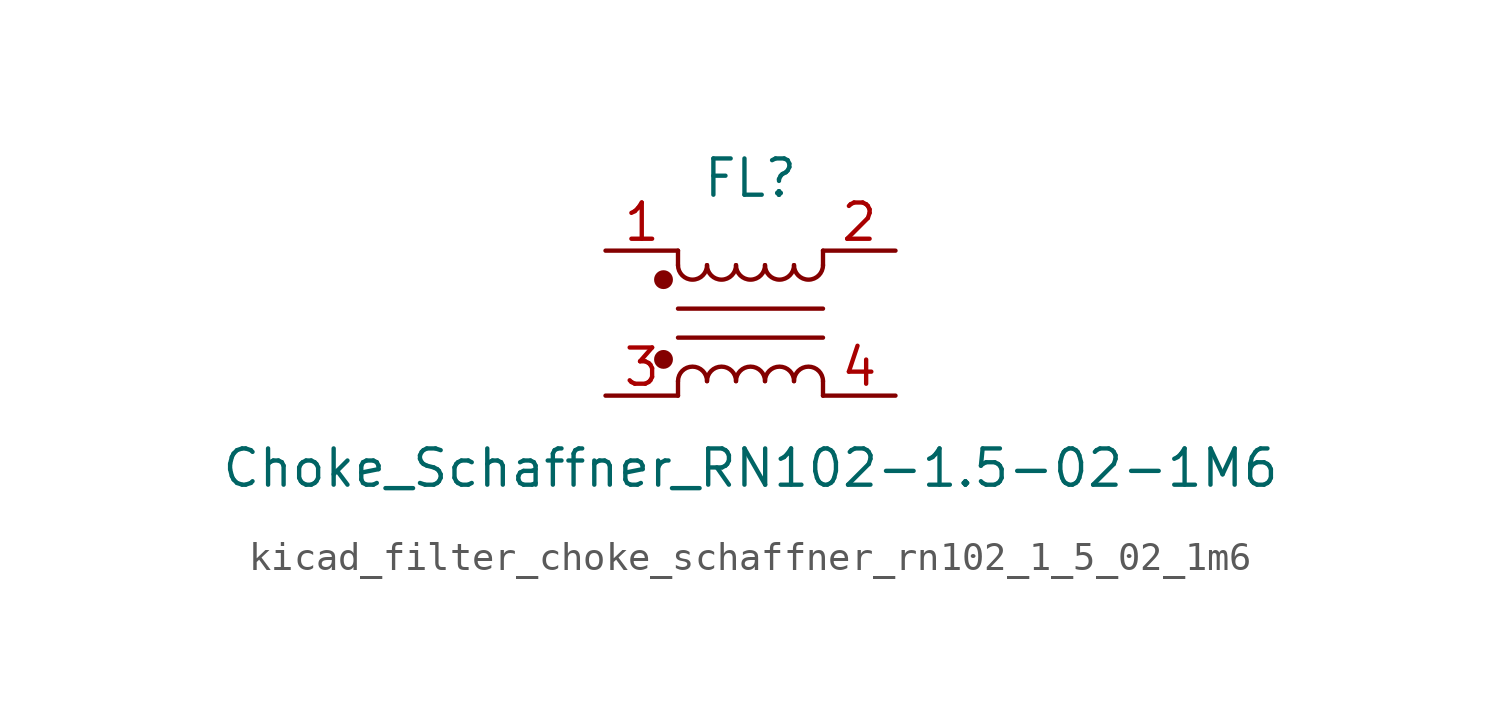
<source format=kicad_sym>
(kicad_symbol_lib
  (version 20220914)
  (generator kicad_symbol_editor)
  (symbol "kicad_filter_choke_schaffner_rn102_1_5_02_1m6"
    (pin_names hide)
    (property "Reference" "FL"
      (at 0 5.08 0)
      (effects (font (size 1.27 1.27))))
    (property "Value" "Choke_Schaffner_RN102-1.5-02-1M6"
      (at 0 -5.08 0)
      (effects (font (size 1.27 1.27))))
    (symbol "kicad_filter_choke_schaffner_rn102_1_5_02_1m6_1_1"
      (circle (center -3.048 -1.27) (radius 0.254) (stroke (width 0) (type default)) (fill (type outline)))
      (circle (center -3.048 1.524) (radius 0.254) (stroke (width 0) (type default)) (fill (type outline)))
      (arc (start -2.54 2.032) (mid -2.032 1.5262) (end -1.524 2.032) (stroke (width 0) (type default)) (fill (type none)))
      (arc (start -1.524 -2.032) (mid -2.032 -1.5262) (end -2.54 -2.032) (stroke (width 0) (type default)) (fill (type none)))
      (arc (start -1.524 2.032) (mid -1.016 1.5262) (end -0.508 2.032) (stroke (width 0) (type default)) (fill (type none)))
      (arc (start -0.508 -2.032) (mid -1.016 -1.5262) (end -1.524 -2.032) (stroke (width 0) (type default)) (fill (type none)))
      (arc (start -0.508 2.032) (mid 0 1.5262) (end 0.508 2.032) (stroke (width 0) (type default)) (fill (type none)))
      (polyline (pts (xy -2.54 -2.032) (xy -2.54 -2.54)) (stroke (width 0) (type default)) (fill (type none)))
      (polyline (pts (xy -2.54 0.508) (xy 2.54 0.508)) (stroke (width 0) (type default)) (fill (type none)))
      (polyline (pts (xy -2.54 2.032) (xy -2.54 2.54)) (stroke (width 0) (type default)) (fill (type none)))
      (polyline (pts (xy 2.54 -2.032) (xy 2.54 -2.54)) (stroke (width 0) (type default)) (fill (type none)))
      (polyline (pts (xy 2.54 -0.508) (xy -2.54 -0.508)) (stroke (width 0) (type default)) (fill (type none)))
      (polyline (pts (xy 2.54 2.54) (xy 2.54 2.032)) (stroke (width 0) (type default)) (fill (type none)))
      (arc (start 0.508 -2.032) (mid 0 -1.5262) (end -0.508 -2.032) (stroke (width 0) (type default)) (fill (type none)))
      (arc (start 0.508 2.032) (mid 1.016 1.5262) (end 1.524 2.032) (stroke (width 0) (type default)) (fill (type none)))
      (arc (start 1.524 -2.032) (mid 1.016 -1.5262) (end 0.508 -2.032) (stroke (width 0) (type default)) (fill (type none)))
      (arc (start 1.524 2.032) (mid 2.032 1.5262) (end 2.54 2.032) (stroke (width 0) (type default)) (fill (type none)))
      (arc (start 2.54 -2.032) (mid 2.032 -1.5262) (end 1.524 -2.032) (stroke (width 0) (type default)) (fill (type none)))
      (pin passive line (at -5.08 2.54 0) (length 2.54) (name "1" (effects (font (size 1.27 1.27)))) (number "1" (effects (font (size 1.27 1.27)))))
      (pin passive line (at 5.08 2.54 180) (length 2.54) (name "2" (effects (font (size 1.27 1.27)))) (number "2" (effects (font (size 1.27 1.27)))))
      (pin passive line (at -5.08 -2.54 0) (length 2.54) (name "3" (effects (font (size 1.27 1.27)))) (number "3" (effects (font (size 1.27 1.27)))))
      (pin passive line (at 5.08 -2.54 180) (length 2.54) (name "4" (effects (font (size 1.27 1.27)))) (number "4" (effects (font (size 1.27 1.27))))))))
</source>
